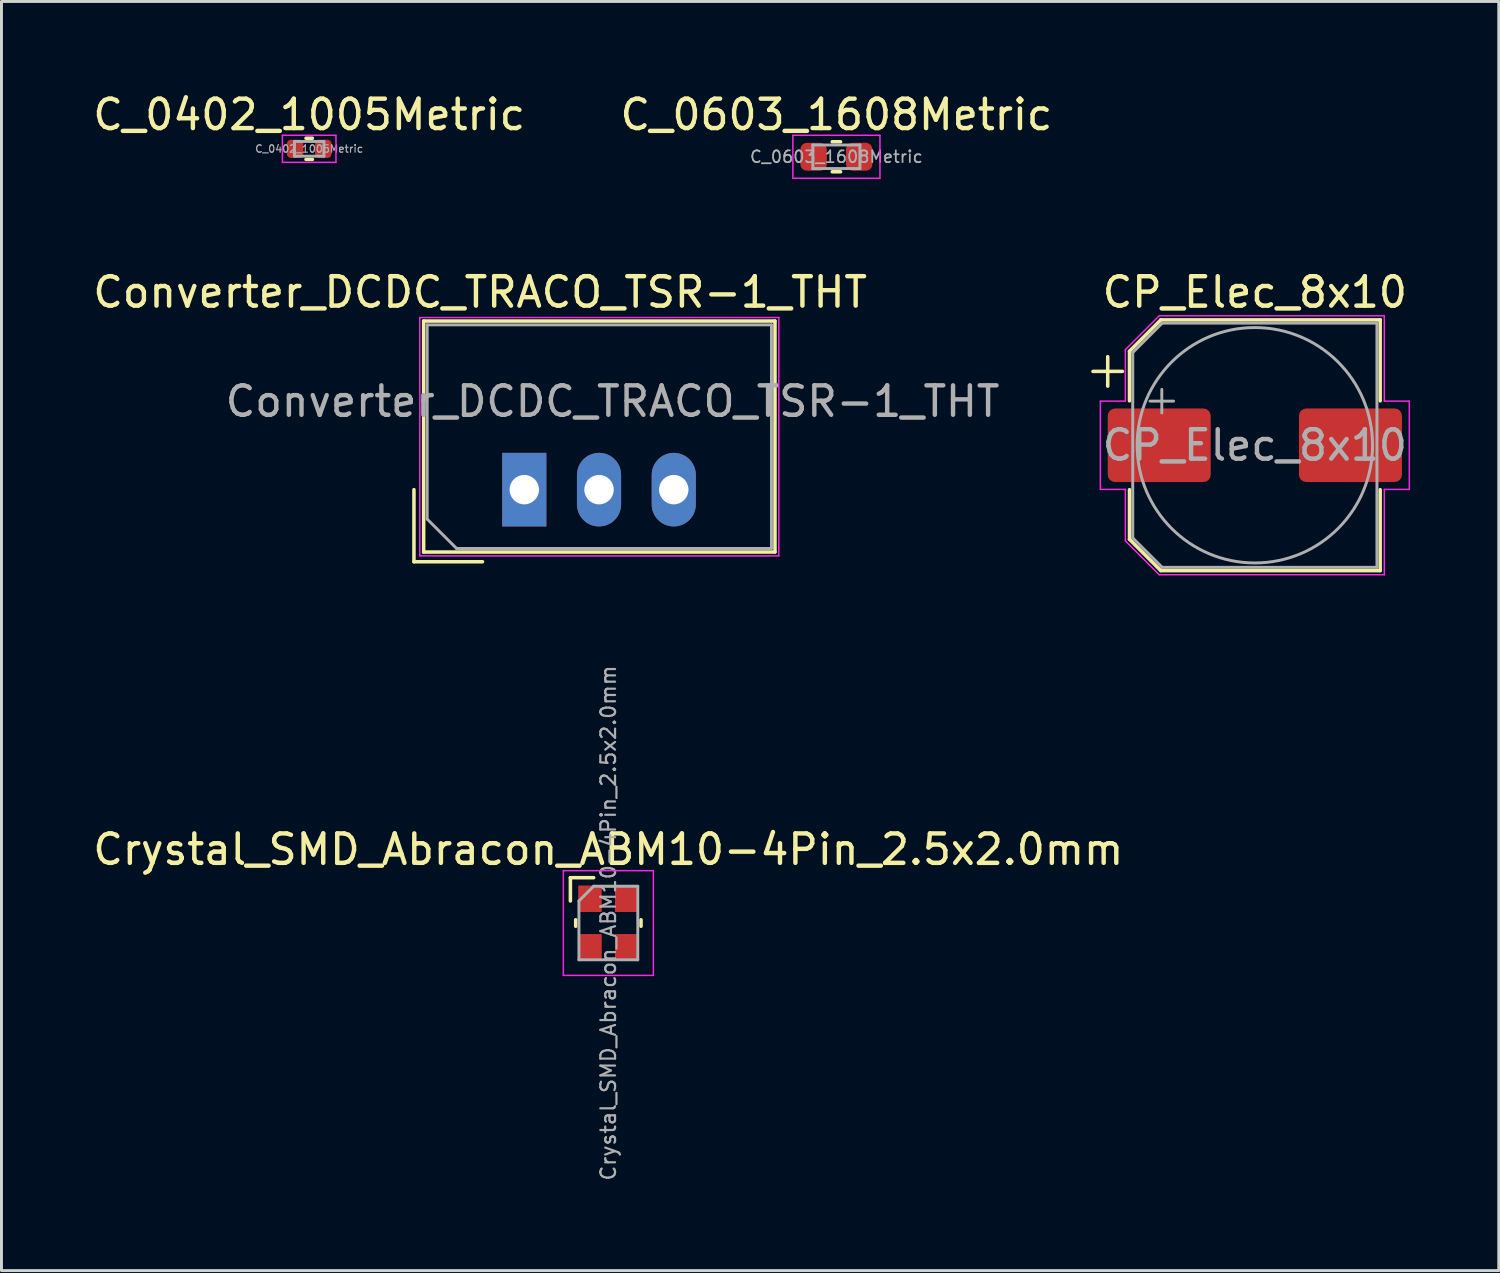
<source format=kicad_pcb>
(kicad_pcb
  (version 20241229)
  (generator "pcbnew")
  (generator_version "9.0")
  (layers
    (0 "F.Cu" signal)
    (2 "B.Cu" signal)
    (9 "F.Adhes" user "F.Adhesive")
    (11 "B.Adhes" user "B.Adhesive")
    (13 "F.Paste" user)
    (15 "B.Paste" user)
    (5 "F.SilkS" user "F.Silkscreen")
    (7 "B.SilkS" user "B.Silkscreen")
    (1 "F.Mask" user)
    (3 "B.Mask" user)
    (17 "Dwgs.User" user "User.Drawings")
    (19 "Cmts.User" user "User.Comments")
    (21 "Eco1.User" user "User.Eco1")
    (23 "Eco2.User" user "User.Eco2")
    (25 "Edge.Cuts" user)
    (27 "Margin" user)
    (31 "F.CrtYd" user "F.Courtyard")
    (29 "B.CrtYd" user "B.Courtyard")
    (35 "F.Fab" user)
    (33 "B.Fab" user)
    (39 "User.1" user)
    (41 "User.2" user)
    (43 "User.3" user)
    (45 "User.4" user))
  (footprint "CP_Elec_8x10"
    (layer "F.Cu")
    (at 39.596 12.082)
    (property "Reference" "CP_Elec_8x10" (at 0 -5.2 180) (layer "F.SilkS") (effects (font (size 1 1) (thickness 0.15))))
    (attr smd)
    (fp_line (start -5.5 -2.51) (end -4.5 -2.51) (stroke (width 0.12) (type solid)) (layer "F.SilkS"))
    (fp_line (start -5 -3.01) (end -5 -2.01) (stroke (width 0.12) (type solid)) (layer "F.SilkS"))
    (fp_line (start -4.26 -3.196) (end -4.26 -1.51) (stroke (width 0.12) (type solid)) (layer "F.SilkS"))
    (fp_line (start -4.26 -3.196) (end -3.196 -4.26) (stroke (width 0.12) (type solid)) (layer "F.SilkS"))
    (fp_line (start -4.26 3.196) (end -4.26 1.51) (stroke (width 0.12) (type solid)) (layer "F.SilkS"))
    (fp_line (start -4.26 3.196) (end -3.196 4.26) (stroke (width 0.12) (type solid)) (layer "F.SilkS"))
    (fp_line (start -3.196 -4.26) (end 4.26 -4.26) (stroke (width 0.12) (type solid)) (layer "F.SilkS"))
    (fp_line (start -3.196 4.26) (end 4.26 4.26) (stroke (width 0.12) (type solid)) (layer "F.SilkS"))
    (fp_line (start 4.26 -4.26) (end 4.26 -1.51) (stroke (width 0.12) (type solid)) (layer "F.SilkS"))
    (fp_line (start 4.26 4.26) (end 4.26 1.51) (stroke (width 0.12) (type solid)) (layer "F.SilkS"))
    (fp_line (start -5.25 -1.5) (end -5.25 1.5) (stroke (width 0.05) (type solid)) (layer "F.CrtYd"))
    (fp_line (start -5.25 1.5) (end -4.4 1.5) (stroke (width 0.05) (type solid)) (layer "F.CrtYd"))
    (fp_line (start -4.4 -3.25) (end -4.4 -1.5) (stroke (width 0.05) (type solid)) (layer "F.CrtYd"))
    (fp_line (start -4.4 -3.25) (end -3.25 -4.4) (stroke (width 0.05) (type solid)) (layer "F.CrtYd"))
    (fp_line (start -4.4 -1.5) (end -5.25 -1.5) (stroke (width 0.05) (type solid)) (layer "F.CrtYd"))
    (fp_line (start -4.4 1.5) (end -4.4 3.25) (stroke (width 0.05) (type solid)) (layer "F.CrtYd"))
    (fp_line (start -4.4 3.25) (end -3.25 4.4) (stroke (width 0.05) (type solid)) (layer "F.CrtYd"))
    (fp_line (start -3.25 -4.4) (end 4.4 -4.4) (stroke (width 0.05) (type solid)) (layer "F.CrtYd"))
    (fp_line (start -3.25 4.4) (end 4.4 4.4) (stroke (width 0.05) (type solid)) (layer "F.CrtYd"))
    (fp_line (start 4.4 -4.4) (end 4.4 -1.5) (stroke (width 0.05) (type solid)) (layer "F.CrtYd"))
    (fp_line (start 4.4 -1.5) (end 5.25 -1.5) (stroke (width 0.05) (type solid)) (layer "F.CrtYd"))
    (fp_line (start 4.4 1.5) (end 4.4 4.4) (stroke (width 0.05) (type solid)) (layer "F.CrtYd"))
    (fp_line (start 5.25 -1.5) (end 5.25 1.5) (stroke (width 0.05) (type solid)) (layer "F.CrtYd"))
    (fp_line (start 5.25 1.5) (end 4.4 1.5) (stroke (width 0.05) (type solid)) (layer "F.CrtYd"))
    (fp_line (start -4.15 -3.15) (end -4.15 3.15) (stroke (width 0.1) (type solid)) (layer "F.Fab"))
    (fp_line (start -4.15 -3.15) (end -3.15 -4.15) (stroke (width 0.1) (type solid)) (layer "F.Fab"))
    (fp_line (start -4.15 3.15) (end -3.15 4.15) (stroke (width 0.1) (type solid)) (layer "F.Fab"))
    (fp_line (start -3.562 -1.5) (end -2.762 -1.5) (stroke (width 0.1) (type solid)) (layer "F.Fab"))
    (fp_line (start -3.162 -1.9) (end -3.162 -1.1) (stroke (width 0.1) (type solid)) (layer "F.Fab"))
    (fp_line (start -3.15 -4.15) (end 4.15 -4.15) (stroke (width 0.1) (type solid)) (layer "F.Fab"))
    (fp_line (start -3.15 4.15) (end 4.15 4.15) (stroke (width 0.1) (type solid)) (layer "F.Fab"))
    (fp_line (start 4.15 -4.15) (end 4.15 4.15) (stroke (width 0.1) (type solid)) (layer "F.Fab"))
    (fp_circle (center 0 0) (end 4 0) (stroke (width 0.1) (type solid)) (fill no) (layer "F.Fab"))
    (fp_text user "${REFERENCE}" (at 0 0 180) (layer "F.Fab") (effects (font (size 1 1) (thickness 0.15))))
    (pad "1" smd roundrect (at -3.25 0) (size 3.5 2.5) (layers "F.Cu" "F.Mask" "F.Paste") (roundrect_rratio 0.1))
    (pad "2" smd roundrect (at 3.25 0) (size 3.5 2.5) (layers "F.Cu" "F.Mask" "F.Paste") (roundrect_rratio 0.1)))
  (footprint "Crystal_SMD_Abracon_ABM10-4Pin_2.5x2.0mm"
    (layer "F.Cu")
    (at 17.625 28.319)
    (property "Reference" "Crystal_SMD_Abracon_ABM10-4Pin_2.5x2.0mm" (at 0 -2.5 0) (layer "F.SilkS") (effects (font (size 1 1) (thickness 0.15))))
    (attr smd)
    (fp_line (start -1.29 -0.75) (end -1.29 -1.54) (stroke (width 0.12) (type solid)) (layer "F.SilkS"))
    (fp_line (start -1.11 -0.11) (end -1.11 0.11) (stroke (width 0.12) (type solid)) (layer "F.SilkS"))
    (fp_line (start -0.5 -1.54) (end -1.29 -1.54) (stroke (width 0.12) (type solid)) (layer "F.SilkS"))
    (fp_line (start 1.11 -0.11) (end 1.11 0.11) (stroke (width 0.12) (type solid)) (layer "F.SilkS"))
    (fp_line (start -1.53 -1.78) (end -1.53 1.78) (stroke (width 0.05) (type solid)) (layer "F.CrtYd"))
    (fp_line (start -1.53 1.78) (end 1.53 1.78) (stroke (width 0.05) (type solid)) (layer "F.CrtYd"))
    (fp_line (start 1.53 -1.78) (end -1.53 -1.78) (stroke (width 0.05) (type solid)) (layer "F.CrtYd"))
    (fp_line (start 1.53 -1.78) (end 1.53 1.78) (stroke (width 0.05) (type solid)) (layer "F.CrtYd"))
    (fp_line (start -1 -0.75) (end -1 1.25) (stroke (width 0.1) (type solid)) (layer "F.Fab"))
    (fp_line (start -1 1.25) (end 1 1.25) (stroke (width 0.1) (type solid)) (layer "F.Fab"))
    (fp_line (start -0.5 -1.25) (end -1 -0.75) (stroke (width 0.1) (type solid)) (layer "F.Fab"))
    (fp_line (start -0.5 -1.25) (end 1 -1.25) (stroke (width 0.1) (type solid)) (layer "F.Fab"))
    (fp_line (start 1 -1.25) (end 1 1.25) (stroke (width 0.1) (type solid)) (layer "F.Fab"))
    (fp_text user "${REFERENCE}" (at 0 0 90) (layer "F.Fab") (effects (font (size 0.5 0.5) (thickness 0.075))))
    (pad "1" smd rect (at -0.625 -0.825) (size 0.8 0.9) (layers "F.Cu" "F.Mask" "F.Paste"))
    (pad "2" smd rect (at -0.625 0.825) (size 0.8 0.9) (layers "F.Cu" "F.Mask" "F.Paste"))
    (pad "3" smd rect (at 0.625 0.825) (size 0.8 0.9) (layers "F.Cu" "F.Mask" "F.Paste"))
    (pad "4" smd rect (at 0.625 -0.825) (size 0.8 0.9) (layers "F.Cu" "F.Mask" "F.Paste")))
  (footprint "C_0603_1608Metric"
    (layer "F.Cu")
    (at 25.375 2.278)
    (property "Reference" "C_0603_1608Metric" (at 0 -1.43 0) (layer "F.SilkS") (effects (font (size 1 1) (thickness 0.15))))
    (attr smd)
    (fp_line (start -0.141 -0.51) (end 0.141 -0.51) (stroke (width 0.12) (type solid)) (layer "F.SilkS"))
    (fp_line (start -0.141 0.51) (end 0.141 0.51) (stroke (width 0.12) (type solid)) (layer "F.SilkS"))
    (fp_line (start -1.48 -0.73) (end 1.48 -0.73) (stroke (width 0.05) (type solid)) (layer "F.CrtYd"))
    (fp_line (start -1.48 0.73) (end -1.48 -0.73) (stroke (width 0.05) (type solid)) (layer "F.CrtYd"))
    (fp_line (start 1.48 -0.73) (end 1.48 0.73) (stroke (width 0.05) (type solid)) (layer "F.CrtYd"))
    (fp_line (start 1.48 0.73) (end -1.48 0.73) (stroke (width 0.05) (type solid)) (layer "F.CrtYd"))
    (fp_line (start -0.8 -0.4) (end 0.8 -0.4) (stroke (width 0.1) (type solid)) (layer "F.Fab"))
    (fp_line (start -0.8 0.4) (end -0.8 -0.4) (stroke (width 0.1) (type solid)) (layer "F.Fab"))
    (fp_line (start 0.8 -0.4) (end 0.8 0.4) (stroke (width 0.1) (type solid)) (layer "F.Fab"))
    (fp_line (start 0.8 0.4) (end -0.8 0.4) (stroke (width 0.1) (type solid)) (layer "F.Fab"))
    (fp_text user "${REFERENCE}" (at 0 0 0) (layer "F.Fab") (effects (font (size 0.4 0.4) (thickness 0.06))))
    (pad "1" smd roundrect (at -0.775 0) (size 0.9 0.95) (layers "F.Cu" "F.Mask" "F.Paste") (roundrect_rratio 0.25))
    (pad "2" smd roundrect (at 0.775 0) (size 0.9 0.95) (layers "F.Cu" "F.Mask" "F.Paste") (roundrect_rratio 0.25)))
  (footprint "C_0402_1005Metric"
    (layer "F.Cu")
    (at 7.458 2.008)
    (property "Reference" "C_0402_1005Metric" (at 0 -1.16 0) (layer "F.SilkS") (effects (font (size 1 1) (thickness 0.15))))
    (attr smd)
    (fp_line (start -0.108 -0.36) (end 0.108 -0.36) (stroke (width 0.12) (type solid)) (layer "F.SilkS"))
    (fp_line (start -0.108 0.36) (end 0.108 0.36) (stroke (width 0.12) (type solid)) (layer "F.SilkS"))
    (fp_line (start -0.91 -0.46) (end 0.91 -0.46) (stroke (width 0.05) (type solid)) (layer "F.CrtYd"))
    (fp_line (start -0.91 0.46) (end -0.91 -0.46) (stroke (width 0.05) (type solid)) (layer "F.CrtYd"))
    (fp_line (start 0.91 -0.46) (end 0.91 0.46) (stroke (width 0.05) (type solid)) (layer "F.CrtYd"))
    (fp_line (start 0.91 0.46) (end -0.91 0.46) (stroke (width 0.05) (type solid)) (layer "F.CrtYd"))
    (fp_line (start -0.5 -0.25) (end 0.5 -0.25) (stroke (width 0.1) (type solid)) (layer "F.Fab"))
    (fp_line (start -0.5 0.25) (end -0.5 -0.25) (stroke (width 0.1) (type solid)) (layer "F.Fab"))
    (fp_line (start 0.5 -0.25) (end 0.5 0.25) (stroke (width 0.1) (type solid)) (layer "F.Fab"))
    (fp_line (start 0.5 0.25) (end -0.5 0.25) (stroke (width 0.1) (type solid)) (layer "F.Fab"))
    (fp_text user "${REFERENCE}" (at 0 0 0) (layer "F.Fab") (effects (font (size 0.25 0.25) (thickness 0.04))))
    (pad "1" smd roundrect (at -0.48 0) (size 0.56 0.62) (layers "F.Cu" "F.Mask" "F.Paste") (roundrect_rratio 0.25))
    (pad "2" smd roundrect (at 0.48 0) (size 0.56 0.62) (layers "F.Cu" "F.Mask" "F.Paste") (roundrect_rratio 0.25)))
  (footprint "Converter_DCDC_TRACO_TSR-1_THT"
    (layer "F.Cu")
    (at 14.768 13.591)
    (property "Reference" "Converter_DCDC_TRACO_TSR-1_THT" (at -1.5 -6.71 0) (layer "F.SilkS") (effects (font (size 1 1) (thickness 0.15))))
    (attr through_hole)
    (fp_line (start -3.75 0) (end -3.75 2.45) (stroke (width 0.12) (type solid)) (layer "F.SilkS"))
    (fp_line (start -3.75 2.45) (end -1.42 2.45) (stroke (width 0.12) (type solid)) (layer "F.SilkS"))
    (fp_line (start -3.42 -5.73) (end 8.52 -5.73) (stroke (width 0.12) (type solid)) (layer "F.SilkS"))
    (fp_line (start -3.42 2.12) (end -3.42 -5.73) (stroke (width 0.12) (type solid)) (layer "F.SilkS"))
    (fp_line (start 8.52 -5.73) (end 8.52 2.12) (stroke (width 0.12) (type solid)) (layer "F.SilkS"))
    (fp_line (start 8.52 2.12) (end -3.42 2.12) (stroke (width 0.12) (type solid)) (layer "F.SilkS"))
    (fp_line (start -3.55 -5.85) (end 8.65 -5.85) (stroke (width 0.05) (type solid)) (layer "F.CrtYd"))
    (fp_line (start -3.55 2.25) (end -3.55 -5.85) (stroke (width 0.05) (type solid)) (layer "F.CrtYd"))
    (fp_line (start 8.65 -5.85) (end 8.65 2.25) (stroke (width 0.05) (type solid)) (layer "F.CrtYd"))
    (fp_line (start 8.65 2.25) (end -3.55 2.25) (stroke (width 0.05) (type solid)) (layer "F.CrtYd"))
    (fp_line (start -3.3 -5.6) (end 8.4 -5.6) (stroke (width 0.1) (type solid)) (layer "F.Fab"))
    (fp_line (start -3.3 1) (end -3.3 -5.6) (stroke (width 0.1) (type solid)) (layer "F.Fab"))
    (fp_line (start -3.3 1) (end -2.3 2) (stroke (width 0.1) (type solid)) (layer "F.Fab"))
    (fp_line (start -2.3 2) (end 8.4 2) (stroke (width 0.1) (type solid)) (layer "F.Fab"))
    (fp_line (start 8.4 2) (end 8.4 -5.6) (stroke (width 0.1) (type solid)) (layer "F.Fab"))
    (fp_text user "${REFERENCE}" (at 3 -3 0) (layer "F.Fab") (effects (font (size 1 1) (thickness 0.15))))
    (pad "1" thru_hole rect (at 0 0) (size 1.5 2.5) (drill 1) (layers "*.Cu" "*.Mask"))
    (pad "2" thru_hole oval (at 2.54 0) (size 1.5 2.5) (drill 1) (layers "*.Cu" "*.Mask"))
    (pad "3" thru_hole oval (at 5.08 0) (size 1.5 2.5) (drill 1) (layers "*.Cu" "*.Mask")))
  (gr_rect
    (start -3 -3)
    (end 47.887 40.131)
    (stroke (width 0.1) (type default))
    (fill no)
    (layer "Edge.Cuts")))
</source>
